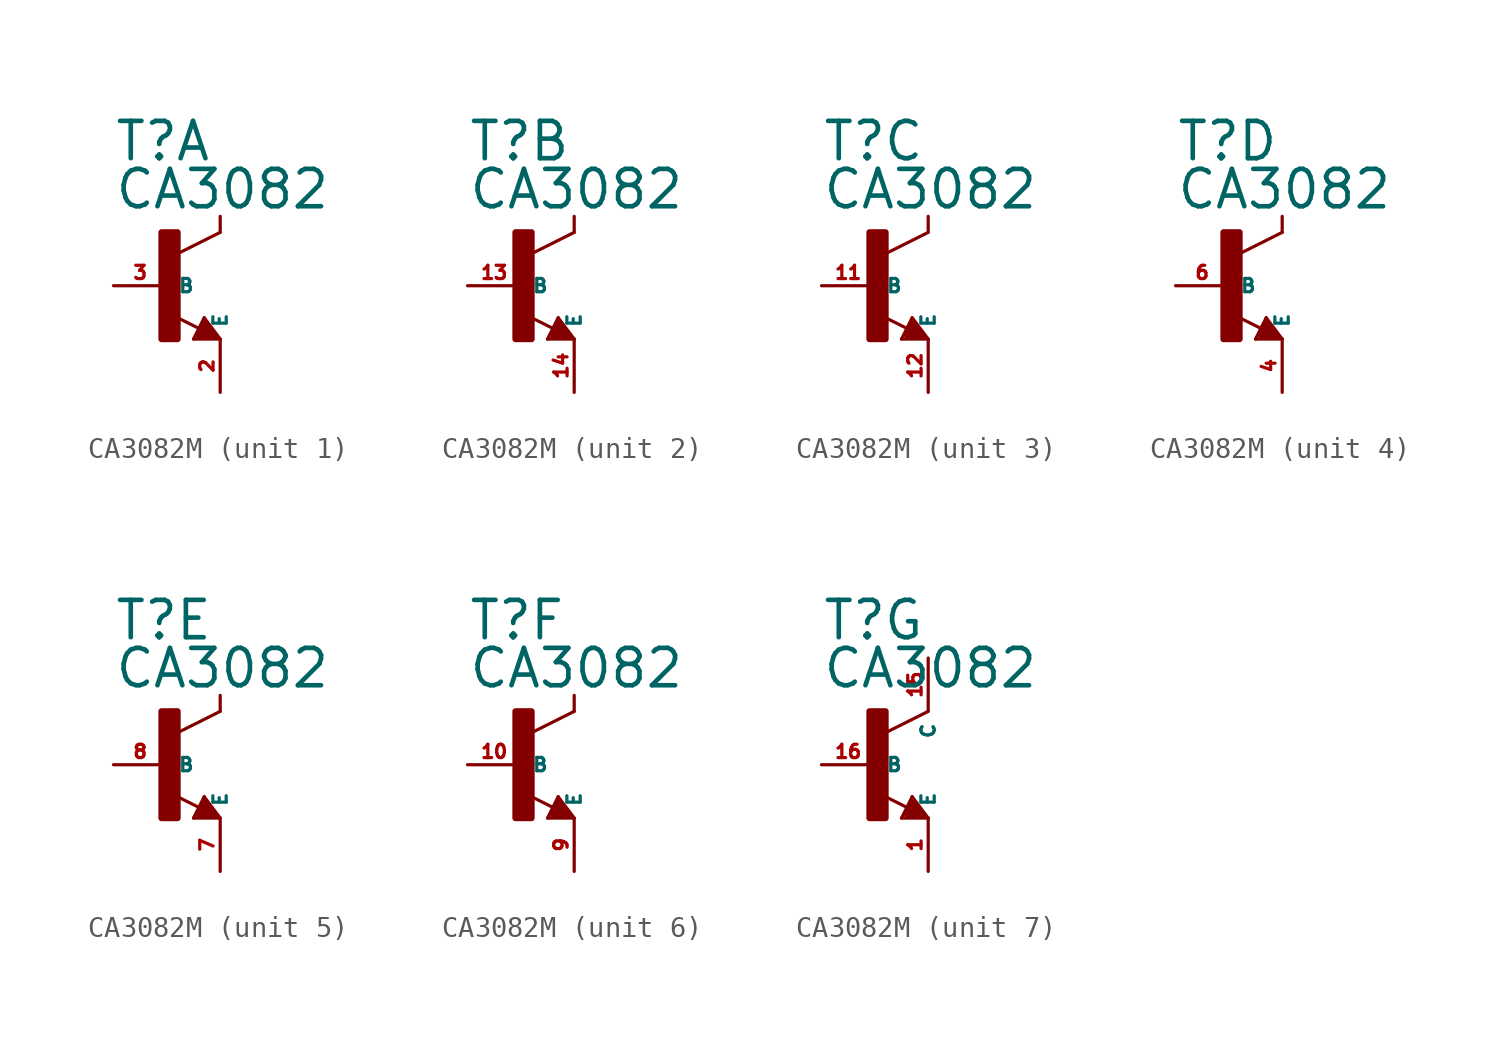
<source format=kicad_sym>
(kicad_symbol_lib
  (version 20220914)
  (generator Eagle2Kicad)
  (symbol "CA3082M"
    (property "Reference" "T"
      (at -2.54 5.842 0)
      (effects (font (size 1.778 1.778) (thickness 0.22)) (justify left bottom)))
    (property "Value" "CA3082"
      (at -2.54 3.556 0)
      (effects (font (size 1.778 1.778) (thickness 0.22)) (justify left bottom)))
    (symbol "CA3082M_1_0"
      (polyline (pts (xy 2.54 2.54) (xy 0.508 1.524)) (stroke (width 0.152) (type default)) (fill (type none)))
      (polyline (pts (xy 1.54 -2.04) (xy 0.308 -1.424)) (stroke (width 0.152) (type default)) (fill (type none)))
      (polyline (pts (xy 2.54 2.54) (xy 2.54 3.302)) (stroke (width 0.152) (type default)) (fill (type none)))
      (polyline (pts (xy 1.778 -1.524) (xy 2.54 -2.54)) (stroke (width 0.152) (type default)) (fill (type none)))
      (polyline (pts (xy 2.54 -2.54) (xy 1.27 -2.54)) (stroke (width 0.152) (type default)) (fill (type none)))
      (polyline (pts (xy 1.27 -2.54) (xy 1.778 -1.524)) (stroke (width 0.152) (type default)) (fill (type none)))
      (polyline (pts (xy 1.524 -2.413) (xy 2.286 -2.413)) (stroke (width 0.254) (type default)) (fill (type none)))
      (polyline (pts (xy 2.286 -2.413) (xy 1.778 -1.778)) (stroke (width 0.254) (type default)) (fill (type none)))
      (polyline (pts (xy 1.778 -1.778) (xy 1.524 -2.286)) (stroke (width 0.254) (type default)) (fill (type none)))
      (polyline (pts (xy 1.524 -2.286) (xy 1.905 -2.286)) (stroke (width 0.254) (type default)) (fill (type none)))
      (polyline (pts (xy 1.905 -2.286) (xy 1.778 -2.032)) (stroke (width 0.254) (type default)) (fill (type none)))
      (rectangle (start -0.254 -2.54) (end 0.508 2.54) (stroke (width 0.3) (type default)) (fill (type outline)))
      (pin passive line (at -2.54 0 0) (length 2.54) (name "B" (effects (font (size 0.635 0.635) (thickness 0.08)) (justify left bottom))) (number "3" (effects (font (size 0.635 0.635) (thickness 0.08)) (justify left bottom))))
      (pin passive line (at 2.54 -5.08 90) (length 2.54) (name "E" (effects (font (size 0.635 0.635) (thickness 0.08)) (justify left bottom))) (number "2" (effects (font (size 0.635 0.635) (thickness 0.08)) (justify left bottom)))))
    (symbol "CA3082M_2_0"
      (polyline (pts (xy 2.54 2.54) (xy 0.508 1.524)) (stroke (width 0.152) (type default)) (fill (type none)))
      (polyline (pts (xy 1.54 -2.04) (xy 0.308 -1.424)) (stroke (width 0.152) (type default)) (fill (type none)))
      (polyline (pts (xy 2.54 2.54) (xy 2.54 3.302)) (stroke (width 0.152) (type default)) (fill (type none)))
      (polyline (pts (xy 1.778 -1.524) (xy 2.54 -2.54)) (stroke (width 0.152) (type default)) (fill (type none)))
      (polyline (pts (xy 2.54 -2.54) (xy 1.27 -2.54)) (stroke (width 0.152) (type default)) (fill (type none)))
      (polyline (pts (xy 1.27 -2.54) (xy 1.778 -1.524)) (stroke (width 0.152) (type default)) (fill (type none)))
      (polyline (pts (xy 1.524 -2.413) (xy 2.286 -2.413)) (stroke (width 0.254) (type default)) (fill (type none)))
      (polyline (pts (xy 2.286 -2.413) (xy 1.778 -1.778)) (stroke (width 0.254) (type default)) (fill (type none)))
      (polyline (pts (xy 1.778 -1.778) (xy 1.524 -2.286)) (stroke (width 0.254) (type default)) (fill (type none)))
      (polyline (pts (xy 1.524 -2.286) (xy 1.905 -2.286)) (stroke (width 0.254) (type default)) (fill (type none)))
      (polyline (pts (xy 1.905 -2.286) (xy 1.778 -2.032)) (stroke (width 0.254) (type default)) (fill (type none)))
      (rectangle (start -0.254 -2.54) (end 0.508 2.54) (stroke (width 0.3) (type default)) (fill (type outline)))
      (pin passive line (at -2.54 0 0) (length 2.54) (name "B" (effects (font (size 0.635 0.635) (thickness 0.08)) (justify left bottom))) (number "13" (effects (font (size 0.635 0.635) (thickness 0.08)) (justify left bottom))))
      (pin passive line (at 2.54 -5.08 90) (length 2.54) (name "E" (effects (font (size 0.635 0.635) (thickness 0.08)) (justify left bottom))) (number "14" (effects (font (size 0.635 0.635) (thickness 0.08)) (justify left bottom)))))
    (symbol "CA3082M_3_0"
      (polyline (pts (xy 2.54 2.54) (xy 0.508 1.524)) (stroke (width 0.152) (type default)) (fill (type none)))
      (polyline (pts (xy 1.54 -2.04) (xy 0.308 -1.424)) (stroke (width 0.152) (type default)) (fill (type none)))
      (polyline (pts (xy 2.54 2.54) (xy 2.54 3.302)) (stroke (width 0.152) (type default)) (fill (type none)))
      (polyline (pts (xy 1.778 -1.524) (xy 2.54 -2.54)) (stroke (width 0.152) (type default)) (fill (type none)))
      (polyline (pts (xy 2.54 -2.54) (xy 1.27 -2.54)) (stroke (width 0.152) (type default)) (fill (type none)))
      (polyline (pts (xy 1.27 -2.54) (xy 1.778 -1.524)) (stroke (width 0.152) (type default)) (fill (type none)))
      (polyline (pts (xy 1.524 -2.413) (xy 2.286 -2.413)) (stroke (width 0.254) (type default)) (fill (type none)))
      (polyline (pts (xy 2.286 -2.413) (xy 1.778 -1.778)) (stroke (width 0.254) (type default)) (fill (type none)))
      (polyline (pts (xy 1.778 -1.778) (xy 1.524 -2.286)) (stroke (width 0.254) (type default)) (fill (type none)))
      (polyline (pts (xy 1.524 -2.286) (xy 1.905 -2.286)) (stroke (width 0.254) (type default)) (fill (type none)))
      (polyline (pts (xy 1.905 -2.286) (xy 1.778 -2.032)) (stroke (width 0.254) (type default)) (fill (type none)))
      (rectangle (start -0.254 -2.54) (end 0.508 2.54) (stroke (width 0.3) (type default)) (fill (type outline)))
      (pin passive line (at -2.54 0 0) (length 2.54) (name "B" (effects (font (size 0.635 0.635) (thickness 0.08)) (justify left bottom))) (number "11" (effects (font (size 0.635 0.635) (thickness 0.08)) (justify left bottom))))
      (pin passive line (at 2.54 -5.08 90) (length 2.54) (name "E" (effects (font (size 0.635 0.635) (thickness 0.08)) (justify left bottom))) (number "12" (effects (font (size 0.635 0.635) (thickness 0.08)) (justify left bottom)))))
    (symbol "CA3082M_4_0"
      (polyline (pts (xy 2.54 2.54) (xy 0.508 1.524)) (stroke (width 0.152) (type default)) (fill (type none)))
      (polyline (pts (xy 1.54 -2.04) (xy 0.308 -1.424)) (stroke (width 0.152) (type default)) (fill (type none)))
      (polyline (pts (xy 2.54 2.54) (xy 2.54 3.302)) (stroke (width 0.152) (type default)) (fill (type none)))
      (polyline (pts (xy 1.778 -1.524) (xy 2.54 -2.54)) (stroke (width 0.152) (type default)) (fill (type none)))
      (polyline (pts (xy 2.54 -2.54) (xy 1.27 -2.54)) (stroke (width 0.152) (type default)) (fill (type none)))
      (polyline (pts (xy 1.27 -2.54) (xy 1.778 -1.524)) (stroke (width 0.152) (type default)) (fill (type none)))
      (polyline (pts (xy 1.524 -2.413) (xy 2.286 -2.413)) (stroke (width 0.254) (type default)) (fill (type none)))
      (polyline (pts (xy 2.286 -2.413) (xy 1.778 -1.778)) (stroke (width 0.254) (type default)) (fill (type none)))
      (polyline (pts (xy 1.778 -1.778) (xy 1.524 -2.286)) (stroke (width 0.254) (type default)) (fill (type none)))
      (polyline (pts (xy 1.524 -2.286) (xy 1.905 -2.286)) (stroke (width 0.254) (type default)) (fill (type none)))
      (polyline (pts (xy 1.905 -2.286) (xy 1.778 -2.032)) (stroke (width 0.254) (type default)) (fill (type none)))
      (rectangle (start -0.254 -2.54) (end 0.508 2.54) (stroke (width 0.3) (type default)) (fill (type outline)))
      (pin passive line (at -2.54 0 0) (length 2.54) (name "B" (effects (font (size 0.635 0.635) (thickness 0.08)) (justify left bottom))) (number "6" (effects (font (size 0.635 0.635) (thickness 0.08)) (justify left bottom))))
      (pin passive line (at 2.54 -5.08 90) (length 2.54) (name "E" (effects (font (size 0.635 0.635) (thickness 0.08)) (justify left bottom))) (number "4" (effects (font (size 0.635 0.635) (thickness 0.08)) (justify left bottom)))))
    (symbol "CA3082M_5_0"
      (polyline (pts (xy 2.54 2.54) (xy 0.508 1.524)) (stroke (width 0.152) (type default)) (fill (type none)))
      (polyline (pts (xy 1.54 -2.04) (xy 0.308 -1.424)) (stroke (width 0.152) (type default)) (fill (type none)))
      (polyline (pts (xy 2.54 2.54) (xy 2.54 3.302)) (stroke (width 0.152) (type default)) (fill (type none)))
      (polyline (pts (xy 1.778 -1.524) (xy 2.54 -2.54)) (stroke (width 0.152) (type default)) (fill (type none)))
      (polyline (pts (xy 2.54 -2.54) (xy 1.27 -2.54)) (stroke (width 0.152) (type default)) (fill (type none)))
      (polyline (pts (xy 1.27 -2.54) (xy 1.778 -1.524)) (stroke (width 0.152) (type default)) (fill (type none)))
      (polyline (pts (xy 1.524 -2.413) (xy 2.286 -2.413)) (stroke (width 0.254) (type default)) (fill (type none)))
      (polyline (pts (xy 2.286 -2.413) (xy 1.778 -1.778)) (stroke (width 0.254) (type default)) (fill (type none)))
      (polyline (pts (xy 1.778 -1.778) (xy 1.524 -2.286)) (stroke (width 0.254) (type default)) (fill (type none)))
      (polyline (pts (xy 1.524 -2.286) (xy 1.905 -2.286)) (stroke (width 0.254) (type default)) (fill (type none)))
      (polyline (pts (xy 1.905 -2.286) (xy 1.778 -2.032)) (stroke (width 0.254) (type default)) (fill (type none)))
      (rectangle (start -0.254 -2.54) (end 0.508 2.54) (stroke (width 0.3) (type default)) (fill (type outline)))
      (pin passive line (at -2.54 0 0) (length 2.54) (name "B" (effects (font (size 0.635 0.635) (thickness 0.08)) (justify left bottom))) (number "8" (effects (font (size 0.635 0.635) (thickness 0.08)) (justify left bottom))))
      (pin passive line (at 2.54 -5.08 90) (length 2.54) (name "E" (effects (font (size 0.635 0.635) (thickness 0.08)) (justify left bottom))) (number "7" (effects (font (size 0.635 0.635) (thickness 0.08)) (justify left bottom)))))
    (symbol "CA3082M_6_0"
      (polyline (pts (xy 2.54 2.54) (xy 0.508 1.524)) (stroke (width 0.152) (type default)) (fill (type none)))
      (polyline (pts (xy 1.54 -2.04) (xy 0.308 -1.424)) (stroke (width 0.152) (type default)) (fill (type none)))
      (polyline (pts (xy 2.54 2.54) (xy 2.54 3.302)) (stroke (width 0.152) (type default)) (fill (type none)))
      (polyline (pts (xy 1.778 -1.524) (xy 2.54 -2.54)) (stroke (width 0.152) (type default)) (fill (type none)))
      (polyline (pts (xy 2.54 -2.54) (xy 1.27 -2.54)) (stroke (width 0.152) (type default)) (fill (type none)))
      (polyline (pts (xy 1.27 -2.54) (xy 1.778 -1.524)) (stroke (width 0.152) (type default)) (fill (type none)))
      (polyline (pts (xy 1.524 -2.413) (xy 2.286 -2.413)) (stroke (width 0.254) (type default)) (fill (type none)))
      (polyline (pts (xy 2.286 -2.413) (xy 1.778 -1.778)) (stroke (width 0.254) (type default)) (fill (type none)))
      (polyline (pts (xy 1.778 -1.778) (xy 1.524 -2.286)) (stroke (width 0.254) (type default)) (fill (type none)))
      (polyline (pts (xy 1.524 -2.286) (xy 1.905 -2.286)) (stroke (width 0.254) (type default)) (fill (type none)))
      (polyline (pts (xy 1.905 -2.286) (xy 1.778 -2.032)) (stroke (width 0.254) (type default)) (fill (type none)))
      (rectangle (start -0.254 -2.54) (end 0.508 2.54) (stroke (width 0.3) (type default)) (fill (type outline)))
      (pin passive line (at -2.54 0 0) (length 2.54) (name "B" (effects (font (size 0.635 0.635) (thickness 0.08)) (justify left bottom))) (number "10" (effects (font (size 0.635 0.635) (thickness 0.08)) (justify left bottom))))
      (pin passive line (at 2.54 -5.08 90) (length 2.54) (name "E" (effects (font (size 0.635 0.635) (thickness 0.08)) (justify left bottom))) (number "9" (effects (font (size 0.635 0.635) (thickness 0.08)) (justify left bottom)))))
    (symbol "CA3082M_7_0"
      (polyline (pts (xy 2.54 2.54) (xy 0.508 1.524)) (stroke (width 0.152) (type default)) (fill (type none)))
      (polyline (pts (xy 1.54 -2.04) (xy 0.308 -1.424)) (stroke (width 0.152) (type default)) (fill (type none)))
      (polyline (pts (xy 1.778 -1.524) (xy 2.54 -2.54)) (stroke (width 0.152) (type default)) (fill (type none)))
      (polyline (pts (xy 2.54 -2.54) (xy 1.27 -2.54)) (stroke (width 0.152) (type default)) (fill (type none)))
      (polyline (pts (xy 1.27 -2.54) (xy 1.778 -1.524)) (stroke (width 0.152) (type default)) (fill (type none)))
      (polyline (pts (xy 1.524 -2.413) (xy 2.286 -2.413)) (stroke (width 0.254) (type default)) (fill (type none)))
      (polyline (pts (xy 2.286 -2.413) (xy 1.778 -1.778)) (stroke (width 0.254) (type default)) (fill (type none)))
      (polyline (pts (xy 1.778 -1.778) (xy 1.524 -2.286)) (stroke (width 0.254) (type default)) (fill (type none)))
      (polyline (pts (xy 1.524 -2.286) (xy 1.905 -2.286)) (stroke (width 0.254) (type default)) (fill (type none)))
      (polyline (pts (xy 1.905 -2.286) (xy 1.778 -2.032)) (stroke (width 0.254) (type default)) (fill (type none)))
      (rectangle (start -0.254 -2.54) (end 0.508 2.54) (stroke (width 0.3) (type default)) (fill (type outline)))
      (pin passive line (at -2.54 0 0) (length 2.54) (name "B" (effects (font (size 0.635 0.635) (thickness 0.08)) (justify left bottom))) (number "16" (effects (font (size 0.635 0.635) (thickness 0.08)) (justify left bottom))))
      (pin passive line (at 2.54 -5.08 90) (length 2.54) (name "E" (effects (font (size 0.635 0.635) (thickness 0.08)) (justify left bottom))) (number "1" (effects (font (size 0.635 0.635) (thickness 0.08)) (justify left bottom))))
      (pin passive line (at 2.54 5.08 270) (length 2.54) (name "C" (effects (font (size 0.635 0.635) (thickness 0.08)) (justify left bottom))) (number "15" (effects (font (size 0.635 0.635) (thickness 0.08)) (justify left bottom)))))))
</source>
